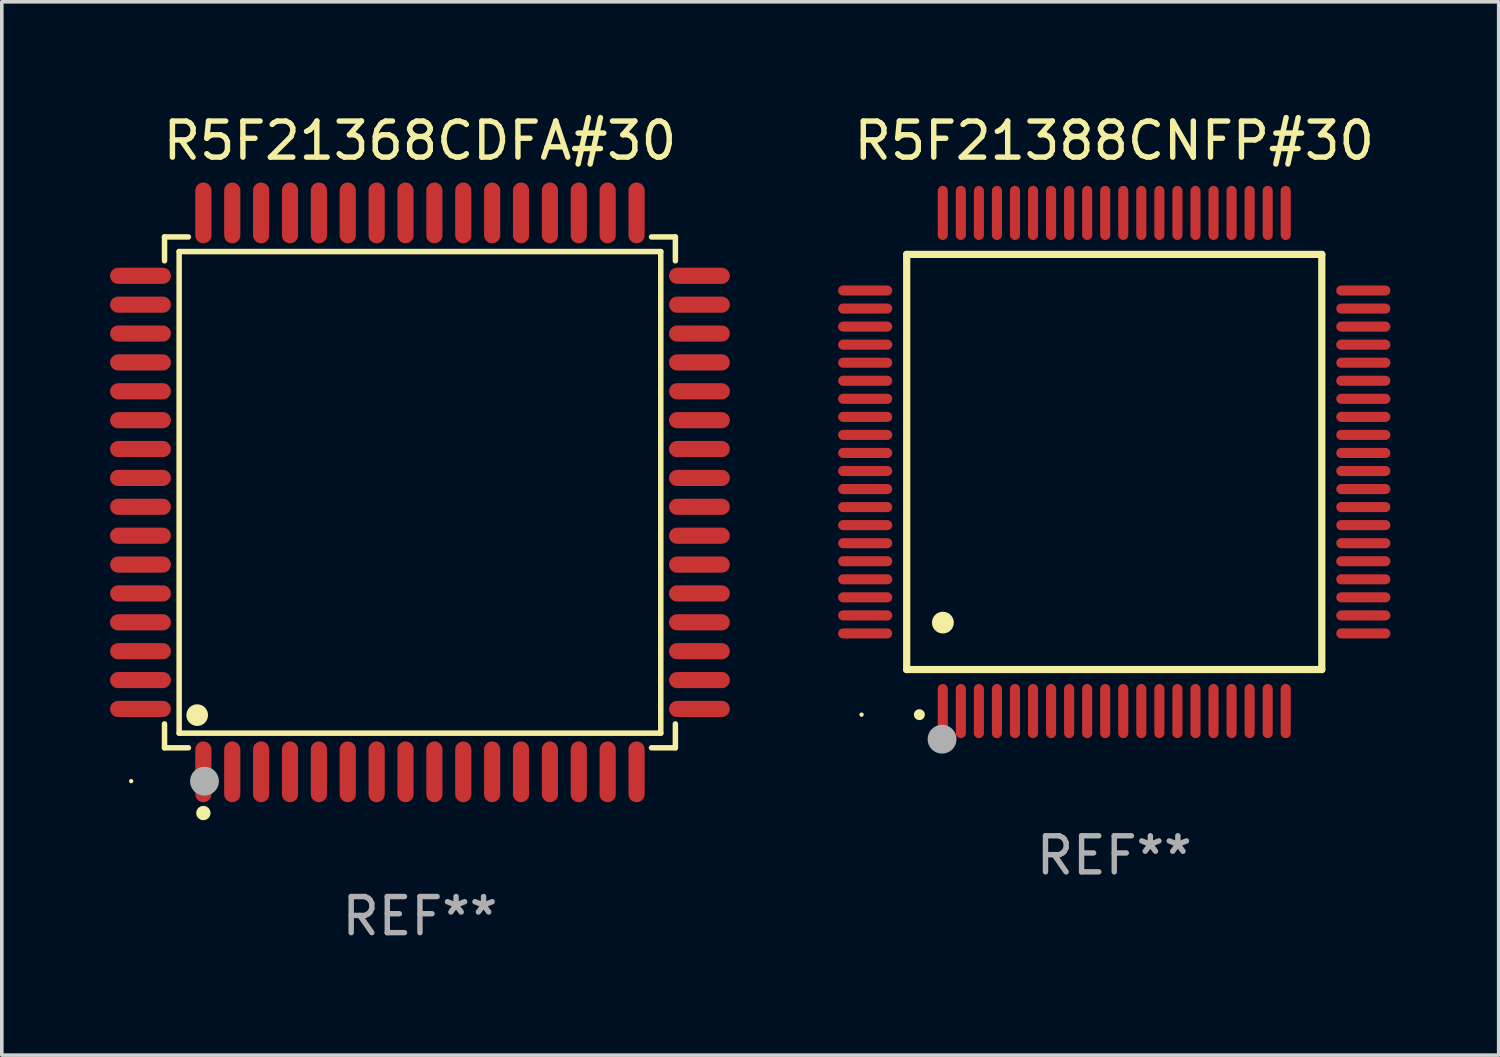
<source format=kicad_pcb>
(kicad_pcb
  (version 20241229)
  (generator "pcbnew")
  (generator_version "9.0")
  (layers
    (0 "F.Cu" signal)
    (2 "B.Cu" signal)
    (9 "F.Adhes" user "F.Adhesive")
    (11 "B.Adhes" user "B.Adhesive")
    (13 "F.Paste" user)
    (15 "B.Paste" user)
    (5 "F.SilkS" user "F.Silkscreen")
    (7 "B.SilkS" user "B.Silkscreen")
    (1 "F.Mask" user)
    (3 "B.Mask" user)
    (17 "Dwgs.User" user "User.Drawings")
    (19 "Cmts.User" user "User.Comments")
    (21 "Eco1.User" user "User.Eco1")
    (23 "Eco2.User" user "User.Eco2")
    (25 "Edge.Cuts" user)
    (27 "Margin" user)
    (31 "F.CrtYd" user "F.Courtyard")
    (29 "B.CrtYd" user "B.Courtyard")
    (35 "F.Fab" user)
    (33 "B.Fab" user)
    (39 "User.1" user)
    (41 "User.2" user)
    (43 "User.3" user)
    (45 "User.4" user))
  (footprint "R5F21368CDFA#30"
    (layer "F.Cu")
    (at 8.584 10.59)
    (property "Reference" "R5F21368CDFA#30" (at 0 -9.742 0) (layer "F.SilkS") (effects (font (size 1 1) (thickness 0.15))))
    (attr through_hole)
    (fp_line (start -7.076 -7.076) (end -6.415 -7.076) (stroke (width 0.152) (type solid)) (layer "F.SilkS"))
    (fp_line (start -7.076 -6.415) (end -7.076 -7.076) (stroke (width 0.152) (type solid)) (layer "F.SilkS"))
    (fp_line (start -7.076 6.415) (end -7.076 7.076) (stroke (width 0.152) (type solid)) (layer "F.SilkS"))
    (fp_line (start -7.076 7.076) (end -6.415 7.076) (stroke (width 0.152) (type solid)) (layer "F.SilkS"))
    (fp_line (start -6.671 -6.671) (end 6.671 -6.671) (stroke (width 0.152) (type solid)) (layer "F.SilkS"))
    (fp_line (start -6.671 6.671) (end -6.671 -6.671) (stroke (width 0.152) (type solid)) (layer "F.SilkS"))
    (fp_line (start 6.671 -6.671) (end 6.671 6.671) (stroke (width 0.152) (type solid)) (layer "F.SilkS"))
    (fp_line (start 6.671 6.671) (end -6.671 6.671) (stroke (width 0.152) (type solid)) (layer "F.SilkS"))
    (fp_line (start 7.076 -7.076) (end 6.415 -7.076) (stroke (width 0.152) (type solid)) (layer "F.SilkS"))
    (fp_line (start 7.076 -6.415) (end 7.076 -7.076) (stroke (width 0.152) (type solid)) (layer "F.SilkS"))
    (fp_line (start 7.076 6.415) (end 7.076 7.076) (stroke (width 0.152) (type solid)) (layer "F.SilkS"))
    (fp_line (start 7.076 7.076) (end 6.415 7.076) (stroke (width 0.152) (type solid)) (layer "F.SilkS"))
    (fp_circle (center -8 8) (end -7.97 8) (stroke (width 0.06) (type solid)) (fill no) (layer "F.SilkS"))
    (fp_circle (center -6.171 6.171) (end -6.021 6.171) (stroke (width 0.3) (type solid)) (fill no) (layer "F.SilkS"))
    (fp_circle (center -6 8.884) (end -5.9 8.884) (stroke (width 0.2) (type solid)) (fill no) (layer "F.SilkS"))
    (fp_circle (center -5.969 8.001) (end -5.769 8.001) (stroke (width 0.4) (type solid)) (fill no) (layer "F.Fab"))
    (fp_text user "REF**" (at 0 11.742 0) (layer "F.Fab") (effects (font (size 1 1) (thickness 0.15))))
    (pad "1" smd oval (at -6 7.742) (size 0.448 1.684) (layers "F.Cu" "F.Mask" "F.Paste"))
    (pad "2" smd oval (at -5.2 7.742) (size 0.448 1.684) (layers "F.Cu" "F.Mask" "F.Paste"))
    (pad "3" smd oval (at -4.4 7.742) (size 0.448 1.684) (layers "F.Cu" "F.Mask" "F.Paste"))
    (pad "4" smd oval (at -3.6 7.742) (size 0.448 1.684) (layers "F.Cu" "F.Mask" "F.Paste"))
    (pad "5" smd oval (at -2.8 7.742) (size 0.448 1.684) (layers "F.Cu" "F.Mask" "F.Paste"))
    (pad "6" smd oval (at -2 7.742) (size 0.448 1.684) (layers "F.Cu" "F.Mask" "F.Paste"))
    (pad "7" smd oval (at -1.2 7.742) (size 0.448 1.684) (layers "F.Cu" "F.Mask" "F.Paste"))
    (pad "8" smd oval (at -0.4 7.742) (size 0.448 1.684) (layers "F.Cu" "F.Mask" "F.Paste"))
    (pad "9" smd oval (at 0.4 7.742) (size 0.448 1.684) (layers "F.Cu" "F.Mask" "F.Paste"))
    (pad "10" smd oval (at 1.2 7.742) (size 0.448 1.684) (layers "F.Cu" "F.Mask" "F.Paste"))
    (pad "11" smd oval (at 2 7.742) (size 0.448 1.684) (layers "F.Cu" "F.Mask" "F.Paste"))
    (pad "12" smd oval (at 2.8 7.742) (size 0.448 1.684) (layers "F.Cu" "F.Mask" "F.Paste"))
    (pad "13" smd oval (at 3.6 7.742) (size 0.448 1.684) (layers "F.Cu" "F.Mask" "F.Paste"))
    (pad "14" smd oval (at 4.4 7.742) (size 0.448 1.684) (layers "F.Cu" "F.Mask" "F.Paste"))
    (pad "15" smd oval (at 5.2 7.742) (size 0.448 1.684) (layers "F.Cu" "F.Mask" "F.Paste"))
    (pad "16" smd oval (at 6 7.742) (size 0.448 1.684) (layers "F.Cu" "F.Mask" "F.Paste"))
    (pad "17" smd oval (at 7.742 6) (size 1.684 0.448) (layers "F.Cu" "F.Mask" "F.Paste"))
    (pad "18" smd oval (at 7.742 5.2) (size 1.684 0.448) (layers "F.Cu" "F.Mask" "F.Paste"))
    (pad "19" smd oval (at 7.742 4.4) (size 1.684 0.448) (layers "F.Cu" "F.Mask" "F.Paste"))
    (pad "20" smd oval (at 7.742 3.6) (size 1.684 0.448) (layers "F.Cu" "F.Mask" "F.Paste"))
    (pad "21" smd oval (at 7.742 2.8) (size 1.684 0.448) (layers "F.Cu" "F.Mask" "F.Paste"))
    (pad "22" smd oval (at 7.742 2) (size 1.684 0.448) (layers "F.Cu" "F.Mask" "F.Paste"))
    (pad "23" smd oval (at 7.742 1.2) (size 1.684 0.448) (layers "F.Cu" "F.Mask" "F.Paste"))
    (pad "24" smd oval (at 7.742 0.4) (size 1.684 0.448) (layers "F.Cu" "F.Mask" "F.Paste"))
    (pad "25" smd oval (at 7.742 -0.4) (size 1.684 0.448) (layers "F.Cu" "F.Mask" "F.Paste"))
    (pad "26" smd oval (at 7.742 -1.2) (size 1.684 0.448) (layers "F.Cu" "F.Mask" "F.Paste"))
    (pad "27" smd oval (at 7.742 -2) (size 1.684 0.448) (layers "F.Cu" "F.Mask" "F.Paste"))
    (pad "28" smd oval (at 7.742 -2.8) (size 1.684 0.448) (layers "F.Cu" "F.Mask" "F.Paste"))
    (pad "29" smd oval (at 7.742 -3.6) (size 1.684 0.448) (layers "F.Cu" "F.Mask" "F.Paste"))
    (pad "30" smd oval (at 7.742 -4.4) (size 1.684 0.448) (layers "F.Cu" "F.Mask" "F.Paste"))
    (pad "31" smd oval (at 7.742 -5.2) (size 1.684 0.448) (layers "F.Cu" "F.Mask" "F.Paste"))
    (pad "32" smd oval (at 7.742 -6) (size 1.684 0.448) (layers "F.Cu" "F.Mask" "F.Paste"))
    (pad "33" smd oval (at 6 -7.742) (size 0.448 1.684) (layers "F.Cu" "F.Mask" "F.Paste"))
    (pad "34" smd oval (at 5.2 -7.742) (size 0.448 1.684) (layers "F.Cu" "F.Mask" "F.Paste"))
    (pad "35" smd oval (at 4.4 -7.742) (size 0.448 1.684) (layers "F.Cu" "F.Mask" "F.Paste"))
    (pad "36" smd oval (at 3.6 -7.742) (size 0.448 1.684) (layers "F.Cu" "F.Mask" "F.Paste"))
    (pad "37" smd oval (at 2.8 -7.742) (size 0.448 1.684) (layers "F.Cu" "F.Mask" "F.Paste"))
    (pad "38" smd oval (at 2 -7.742) (size 0.448 1.684) (layers "F.Cu" "F.Mask" "F.Paste"))
    (pad "39" smd oval (at 1.2 -7.742) (size 0.448 1.684) (layers "F.Cu" "F.Mask" "F.Paste"))
    (pad "40" smd oval (at 0.4 -7.742) (size 0.448 1.684) (layers "F.Cu" "F.Mask" "F.Paste"))
    (pad "41" smd oval (at -0.4 -7.742) (size 0.448 1.684) (layers "F.Cu" "F.Mask" "F.Paste"))
    (pad "42" smd oval (at -1.2 -7.742) (size 0.448 1.684) (layers "F.Cu" "F.Mask" "F.Paste"))
    (pad "43" smd oval (at -2 -7.742) (size 0.448 1.684) (layers "F.Cu" "F.Mask" "F.Paste"))
    (pad "44" smd oval (at -2.8 -7.742) (size 0.448 1.684) (layers "F.Cu" "F.Mask" "F.Paste"))
    (pad "45" smd oval (at -3.6 -7.742) (size 0.448 1.684) (layers "F.Cu" "F.Mask" "F.Paste"))
    (pad "46" smd oval (at -4.4 -7.742) (size 0.448 1.684) (layers "F.Cu" "F.Mask" "F.Paste"))
    (pad "47" smd oval (at -5.2 -7.742) (size 0.448 1.684) (layers "F.Cu" "F.Mask" "F.Paste"))
    (pad "48" smd oval (at -6 -7.742) (size 0.448 1.684) (layers "F.Cu" "F.Mask" "F.Paste"))
    (pad "49" smd oval (at -7.742 -6) (size 1.684 0.448) (layers "F.Cu" "F.Mask" "F.Paste"))
    (pad "50" smd oval (at -7.742 -5.2) (size 1.684 0.448) (layers "F.Cu" "F.Mask" "F.Paste"))
    (pad "51" smd oval (at -7.742 -4.4) (size 1.684 0.448) (layers "F.Cu" "F.Mask" "F.Paste"))
    (pad "52" smd oval (at -7.742 -3.6) (size 1.684 0.448) (layers "F.Cu" "F.Mask" "F.Paste"))
    (pad "53" smd oval (at -7.742 -2.8) (size 1.684 0.448) (layers "F.Cu" "F.Mask" "F.Paste"))
    (pad "54" smd oval (at -7.742 -2) (size 1.684 0.448) (layers "F.Cu" "F.Mask" "F.Paste"))
    (pad "55" smd oval (at -7.742 -1.2) (size 1.684 0.448) (layers "F.Cu" "F.Mask" "F.Paste"))
    (pad "56" smd oval (at -7.742 -0.4) (size 1.684 0.448) (layers "F.Cu" "F.Mask" "F.Paste"))
    (pad "57" smd oval (at -7.742 0.4) (size 1.684 0.448) (layers "F.Cu" "F.Mask" "F.Paste"))
    (pad "58" smd oval (at -7.742 1.2) (size 1.684 0.448) (layers "F.Cu" "F.Mask" "F.Paste"))
    (pad "59" smd oval (at -7.742 2) (size 1.684 0.448) (layers "F.Cu" "F.Mask" "F.Paste"))
    (pad "60" smd oval (at -7.742 2.8) (size 1.684 0.448) (layers "F.Cu" "F.Mask" "F.Paste"))
    (pad "61" smd oval (at -7.742 3.6) (size 1.684 0.448) (layers "F.Cu" "F.Mask" "F.Paste"))
    (pad "62" smd oval (at -7.742 4.4) (size 1.684 0.448) (layers "F.Cu" "F.Mask" "F.Paste"))
    (pad "63" smd oval (at -7.742 5.2) (size 1.684 0.448) (layers "F.Cu" "F.Mask" "F.Paste"))
    (pad "64" smd oval (at -7.742 6) (size 1.684 0.448) (layers "F.Cu" "F.Mask" "F.Paste")))
  (footprint "R5F21388CNFP#30"
    (layer "F.Cu")
    (at 27.818 9.748)
    (property "Reference" "R5F21388CNFP#30" (at 0 -8.9 0) (layer "F.SilkS") (effects (font (size 1 1) (thickness 0.15))))
    (attr through_hole)
    (fp_line (start -5.75 -5.75) (end 5.75 -5.75) (stroke (width 0.2) (type solid)) (layer "F.SilkS"))
    (fp_line (start -5.75 5.75) (end -5.75 -5.75) (stroke (width 0.2) (type solid)) (layer "F.SilkS"))
    (fp_line (start 5.75 -5.75) (end 5.75 5.75) (stroke (width 0.2) (type solid)) (layer "F.SilkS"))
    (fp_line (start 5.75 5.75) (end -5.75 5.75) (stroke (width 0.2) (type solid)) (layer "F.SilkS"))
    (fp_arc (start -5.400051 7.000254) (mid -5.398781 7.000249) (end -5.397511 7.000254) (stroke (width 0.3) (type solid)) (layer "F.SilkS"))
    (fp_arc (start -4.749809 4.450089) (mid -4.747269 4.450078) (end -4.744729 4.450089) (stroke (width 0.6) (type solid)) (layer "F.SilkS"))
    (fp_circle (center -7 7) (end -6.97 7) (stroke (width 0.06) (type solid)) (fill no) (layer "F.SilkS"))
    (fp_circle (center -4.77 7.68) (end -4.57 7.68) (stroke (width 0.4) (type solid)) (fill no) (layer "F.Fab"))
    (fp_text user "REF**" (at 0 10.9 0) (layer "F.Fab") (effects (font (size 1 1) (thickness 0.15))))
    (pad "1" smd oval (at -4.75 6.9) (size 0.28 1.5) (layers "F.Cu" "F.Mask" "F.Paste"))
    (pad "2" smd oval (at -4.25 6.9) (size 0.28 1.5) (layers "F.Cu" "F.Mask" "F.Paste"))
    (pad "3" smd oval (at -3.75 6.9) (size 0.28 1.5) (layers "F.Cu" "F.Mask" "F.Paste"))
    (pad "4" smd oval (at -3.25 6.9) (size 0.28 1.5) (layers "F.Cu" "F.Mask" "F.Paste"))
    (pad "5" smd oval (at -2.75 6.9) (size 0.28 1.5) (layers "F.Cu" "F.Mask" "F.Paste"))
    (pad "6" smd oval (at -2.25 6.9) (size 0.28 1.5) (layers "F.Cu" "F.Mask" "F.Paste"))
    (pad "7" smd oval (at -1.75 6.9) (size 0.28 1.5) (layers "F.Cu" "F.Mask" "F.Paste"))
    (pad "8" smd oval (at -1.25 6.9) (size 0.28 1.5) (layers "F.Cu" "F.Mask" "F.Paste"))
    (pad "9" smd oval (at -0.75 6.9) (size 0.28 1.5) (layers "F.Cu" "F.Mask" "F.Paste"))
    (pad "10" smd oval (at -0.25 6.9) (size 0.28 1.5) (layers "F.Cu" "F.Mask" "F.Paste"))
    (pad "11" smd oval (at 0.25 6.9) (size 0.28 1.5) (layers "F.Cu" "F.Mask" "F.Paste"))
    (pad "12" smd oval (at 0.75 6.9) (size 0.28 1.5) (layers "F.Cu" "F.Mask" "F.Paste"))
    (pad "13" smd oval (at 1.25 6.9) (size 0.28 1.5) (layers "F.Cu" "F.Mask" "F.Paste"))
    (pad "14" smd oval (at 1.75 6.9) (size 0.28 1.5) (layers "F.Cu" "F.Mask" "F.Paste"))
    (pad "15" smd oval (at 2.25 6.9) (size 0.28 1.5) (layers "F.Cu" "F.Mask" "F.Paste"))
    (pad "16" smd oval (at 2.75 6.9) (size 0.28 1.5) (layers "F.Cu" "F.Mask" "F.Paste"))
    (pad "17" smd oval (at 3.25 6.9) (size 0.28 1.5) (layers "F.Cu" "F.Mask" "F.Paste"))
    (pad "18" smd oval (at 3.75 6.9) (size 0.28 1.5) (layers "F.Cu" "F.Mask" "F.Paste"))
    (pad "19" smd oval (at 4.25 6.9) (size 0.28 1.5) (layers "F.Cu" "F.Mask" "F.Paste"))
    (pad "20" smd oval (at 4.75 6.9) (size 0.28 1.5) (layers "F.Cu" "F.Mask" "F.Paste"))
    (pad "21" smd oval (at 6.9 4.75) (size 1.5 0.28) (layers "F.Cu" "F.Mask" "F.Paste"))
    (pad "22" smd oval (at 6.9 4.25) (size 1.5 0.28) (layers "F.Cu" "F.Mask" "F.Paste"))
    (pad "23" smd oval (at 6.9 3.75) (size 1.5 0.28) (layers "F.Cu" "F.Mask" "F.Paste"))
    (pad "24" smd oval (at 6.9 3.25) (size 1.5 0.28) (layers "F.Cu" "F.Mask" "F.Paste"))
    (pad "25" smd oval (at 6.9 2.75) (size 1.5 0.28) (layers "F.Cu" "F.Mask" "F.Paste"))
    (pad "26" smd oval (at 6.9 2.25) (size 1.5 0.28) (layers "F.Cu" "F.Mask" "F.Paste"))
    (pad "27" smd oval (at 6.9 1.75) (size 1.5 0.28) (layers "F.Cu" "F.Mask" "F.Paste"))
    (pad "28" smd oval (at 6.9 1.25) (size 1.5 0.28) (layers "F.Cu" "F.Mask" "F.Paste"))
    (pad "29" smd oval (at 6.9 0.75) (size 1.5 0.28) (layers "F.Cu" "F.Mask" "F.Paste"))
    (pad "30" smd oval (at 6.9 0.25) (size 1.5 0.28) (layers "F.Cu" "F.Mask" "F.Paste"))
    (pad "31" smd oval (at 6.9 -0.25) (size 1.5 0.28) (layers "F.Cu" "F.Mask" "F.Paste"))
    (pad "32" smd oval (at 6.9 -0.75) (size 1.5 0.28) (layers "F.Cu" "F.Mask" "F.Paste"))
    (pad "33" smd oval (at 6.9 -1.25) (size 1.5 0.28) (layers "F.Cu" "F.Mask" "F.Paste"))
    (pad "34" smd oval (at 6.9 -1.75) (size 1.5 0.28) (layers "F.Cu" "F.Mask" "F.Paste"))
    (pad "35" smd oval (at 6.9 -2.25) (size 1.5 0.28) (layers "F.Cu" "F.Mask" "F.Paste"))
    (pad "36" smd oval (at 6.9 -2.75) (size 1.5 0.28) (layers "F.Cu" "F.Mask" "F.Paste"))
    (pad "37" smd oval (at 6.9 -3.25) (size 1.5 0.28) (layers "F.Cu" "F.Mask" "F.Paste"))
    (pad "38" smd oval (at 6.9 -3.75) (size 1.5 0.28) (layers "F.Cu" "F.Mask" "F.Paste"))
    (pad "39" smd oval (at 6.9 -4.25) (size 1.5 0.28) (layers "F.Cu" "F.Mask" "F.Paste"))
    (pad "40" smd oval (at 6.9 -4.75) (size 1.5 0.28) (layers "F.Cu" "F.Mask" "F.Paste"))
    (pad "41" smd oval (at 4.75 -6.9) (size 0.28 1.5) (layers "F.Cu" "F.Mask" "F.Paste"))
    (pad "42" smd oval (at 4.25 -6.9) (size 0.28 1.5) (layers "F.Cu" "F.Mask" "F.Paste"))
    (pad "43" smd oval (at 3.75 -6.9) (size 0.28 1.5) (layers "F.Cu" "F.Mask" "F.Paste"))
    (pad "44" smd oval (at 3.25 -6.9) (size 0.28 1.5) (layers "F.Cu" "F.Mask" "F.Paste"))
    (pad "45" smd oval (at 2.75 -6.9) (size 0.28 1.5) (layers "F.Cu" "F.Mask" "F.Paste"))
    (pad "46" smd oval (at 2.25 -6.9) (size 0.28 1.5) (layers "F.Cu" "F.Mask" "F.Paste"))
    (pad "47" smd oval (at 1.75 -6.9) (size 0.28 1.5) (layers "F.Cu" "F.Mask" "F.Paste"))
    (pad "48" smd oval (at 1.25 -6.9) (size 0.28 1.5) (layers "F.Cu" "F.Mask" "F.Paste"))
    (pad "49" smd oval (at 0.75 -6.9) (size 0.28 1.5) (layers "F.Cu" "F.Mask" "F.Paste"))
    (pad "50" smd oval (at 0.25 -6.9) (size 0.28 1.5) (layers "F.Cu" "F.Mask" "F.Paste"))
    (pad "51" smd oval (at -0.25 -6.9) (size 0.28 1.5) (layers "F.Cu" "F.Mask" "F.Paste"))
    (pad "52" smd oval (at -0.75 -6.9) (size 0.28 1.5) (layers "F.Cu" "F.Mask" "F.Paste"))
    (pad "53" smd oval (at -1.25 -6.9) (size 0.28 1.5) (layers "F.Cu" "F.Mask" "F.Paste"))
    (pad "54" smd oval (at -1.75 -6.9) (size 0.28 1.5) (layers "F.Cu" "F.Mask" "F.Paste"))
    (pad "55" smd oval (at -2.25 -6.9) (size 0.28 1.5) (layers "F.Cu" "F.Mask" "F.Paste"))
    (pad "56" smd oval (at -2.75 -6.9) (size 0.28 1.5) (layers "F.Cu" "F.Mask" "F.Paste"))
    (pad "57" smd oval (at -3.25 -6.9) (size 0.28 1.5) (layers "F.Cu" "F.Mask" "F.Paste"))
    (pad "58" smd oval (at -3.75 -6.9) (size 0.28 1.5) (layers "F.Cu" "F.Mask" "F.Paste"))
    (pad "59" smd oval (at -4.25 -6.9) (size 0.28 1.5) (layers "F.Cu" "F.Mask" "F.Paste"))
    (pad "60" smd oval (at -4.75 -6.9) (size 0.28 1.5) (layers "F.Cu" "F.Mask" "F.Paste"))
    (pad "61" smd oval (at -6.9 -4.75) (size 1.5 0.28) (layers "F.Cu" "F.Mask" "F.Paste"))
    (pad "62" smd oval (at -6.9 -4.25) (size 1.5 0.28) (layers "F.Cu" "F.Mask" "F.Paste"))
    (pad "63" smd oval (at -6.9 -3.75) (size 1.5 0.28) (layers "F.Cu" "F.Mask" "F.Paste"))
    (pad "64" smd oval (at -6.9 -3.25) (size 1.5 0.28) (layers "F.Cu" "F.Mask" "F.Paste"))
    (pad "65" smd oval (at -6.9 -2.75) (size 1.5 0.28) (layers "F.Cu" "F.Mask" "F.Paste"))
    (pad "66" smd oval (at -6.9 -2.25) (size 1.5 0.28) (layers "F.Cu" "F.Mask" "F.Paste"))
    (pad "67" smd oval (at -6.9 -1.75) (size 1.5 0.28) (layers "F.Cu" "F.Mask" "F.Paste"))
    (pad "68" smd oval (at -6.9 -1.25) (size 1.5 0.28) (layers "F.Cu" "F.Mask" "F.Paste"))
    (pad "69" smd oval (at -6.9 -0.75) (size 1.5 0.28) (layers "F.Cu" "F.Mask" "F.Paste"))
    (pad "70" smd oval (at -6.9 -0.25) (size 1.5 0.28) (layers "F.Cu" "F.Mask" "F.Paste"))
    (pad "71" smd oval (at -6.9 0.25) (size 1.5 0.28) (layers "F.Cu" "F.Mask" "F.Paste"))
    (pad "72" smd oval (at -6.9 0.75) (size 1.5 0.28) (layers "F.Cu" "F.Mask" "F.Paste"))
    (pad "73" smd oval (at -6.9 1.25) (size 1.5 0.28) (layers "F.Cu" "F.Mask" "F.Paste"))
    (pad "74" smd oval (at -6.9 1.75) (size 1.5 0.28) (layers "F.Cu" "F.Mask" "F.Paste"))
    (pad "75" smd oval (at -6.9 2.25) (size 1.5 0.28) (layers "F.Cu" "F.Mask" "F.Paste"))
    (pad "76" smd oval (at -6.9 2.75) (size 1.5 0.28) (layers "F.Cu" "F.Mask" "F.Paste"))
    (pad "77" smd oval (at -6.9 3.25) (size 1.5 0.28) (layers "F.Cu" "F.Mask" "F.Paste"))
    (pad "78" smd oval (at -6.9 3.75) (size 1.5 0.28) (layers "F.Cu" "F.Mask" "F.Paste"))
    (pad "79" smd oval (at -6.9 4.25) (size 1.5 0.28) (layers "F.Cu" "F.Mask" "F.Paste"))
    (pad "80" smd oval (at -6.9 4.75) (size 1.5 0.28) (layers "F.Cu" "F.Mask" "F.Paste")))
  (gr_rect
    (start -3 -3)
    (end 38.468 26.18)
    (stroke (width 0.1) (type default))
    (fill no)
    (layer "Edge.Cuts")))
</source>
